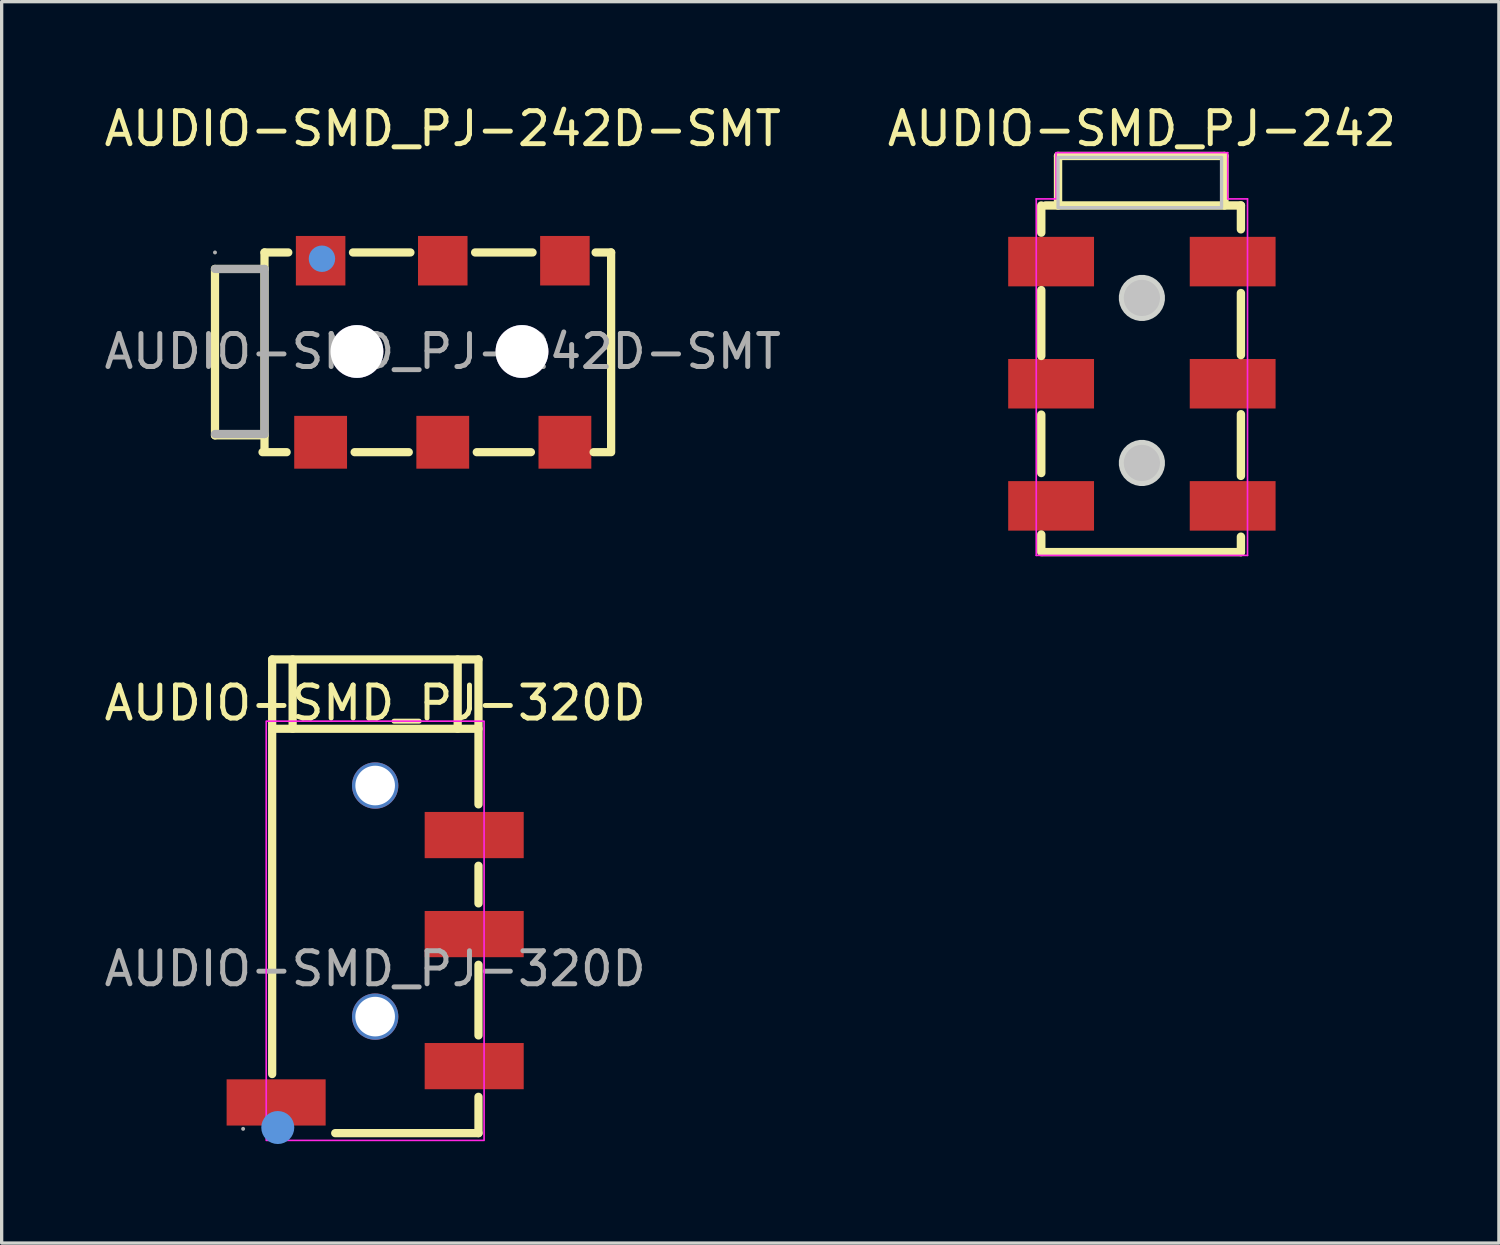
<source format=kicad_pcb>
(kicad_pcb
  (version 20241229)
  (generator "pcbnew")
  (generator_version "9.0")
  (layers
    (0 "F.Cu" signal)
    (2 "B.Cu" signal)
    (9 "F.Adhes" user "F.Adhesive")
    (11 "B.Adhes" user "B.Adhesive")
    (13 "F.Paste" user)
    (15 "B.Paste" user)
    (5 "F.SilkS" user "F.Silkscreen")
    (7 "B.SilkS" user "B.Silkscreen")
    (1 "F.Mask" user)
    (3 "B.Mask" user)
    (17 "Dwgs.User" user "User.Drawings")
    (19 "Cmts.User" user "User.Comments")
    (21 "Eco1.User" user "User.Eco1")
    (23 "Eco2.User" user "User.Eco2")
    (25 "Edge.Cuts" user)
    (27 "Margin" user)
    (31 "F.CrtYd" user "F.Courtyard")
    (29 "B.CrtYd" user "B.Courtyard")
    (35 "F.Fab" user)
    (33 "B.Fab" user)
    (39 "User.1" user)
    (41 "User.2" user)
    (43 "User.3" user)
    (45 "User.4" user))
  (footprint "AUDIO-SMD_PJ-242"
    (layer "F.Cu")
    (at 31.542 8.575)
    (property "Reference" "AUDIO-SMD_PJ-242" (at 0 -7.727 0) (layer "F.SilkS") (effects (font (size 1 1) (thickness 0.15))))
    (fp_line (start -3.048 -5.4) (end -3.048 -4.577) (stroke (width 0.254) (type default)) (layer "F.SilkS"))
    (fp_line (start -3.048 -2.837) (end -3.048 -0.842) (stroke (width 0.254) (type default)) (layer "F.SilkS"))
    (fp_line (start -3.048 0.936) (end -3.048 2.704) (stroke (width 0.254) (type default)) (layer "F.SilkS"))
    (fp_line (start -3.048 4.567) (end -3.048 5.1) (stroke (width 0.254) (type default)) (layer "F.SilkS"))
    (fp_line (start -2.54 -6.9) (end -2.54 -5.4) (stroke (width 0.254) (type default)) (layer "F.SilkS"))
    (fp_line (start 2.5 -6.9) (end -2.54 -6.9) (stroke (width 0.254) (type default)) (layer "F.SilkS"))
    (fp_line (start 2.5 -5.4) (end 2.5 -6.9) (stroke (width 0.254) (type default)) (layer "F.SilkS"))
    (fp_line (start 3 -5.4) (end -2.921 -5.4) (stroke (width 0.254) (type default)) (layer "F.SilkS"))
    (fp_line (start 3 -4.678) (end 3 -5.4) (stroke (width 0.254) (type default)) (layer "F.SilkS"))
    (fp_line (start 3 -0.868) (end 3 -2.747) (stroke (width 0.254) (type default)) (layer "F.SilkS"))
    (fp_line (start 3 2.791) (end 3 0.923) (stroke (width 0.254) (type default)) (layer "F.SilkS"))
    (fp_line (start 3 5.1) (end -3 5.1) (stroke (width 0.254) (type default)) (layer "F.SilkS"))
    (fp_line (start 3 5.1) (end 3 4.633) (stroke (width 0.254) (type default)) (layer "F.SilkS"))
    (fp_circle (center 0 -2.6) (end 0.275 -2.6) (stroke (width 0.55) (type default)) (fill no) (layer "Dwgs.User"))
    (fp_circle (center 0 2.4) (end 0.275 2.4) (stroke (width 0.55) (type default)) (fill no) (layer "Dwgs.User"))
    (fp_poly (pts (xy -2.54 -6.858) (xy 2.413 -6.858) (xy 2.413 -5.334) (xy -2.54 -5.334) (xy -2.54 -5.588)) (stroke (width 0.1) (type default)) (fill no) (layer "Dwgs.User"))
    (fp_poly (pts (xy 0.697 -2.669) (xy 0.67 -2.803) (xy 0.617 -2.93) (xy 0.541 -3.044) (xy 0.444 -3.141) (xy 0.33 -3.217) (xy 0.203 -3.27) (xy 0.069 -3.297) (xy -0.069 -3.297) (xy -0.203 -3.27) (xy -0.33 -3.217) (xy -0.444 -3.141) (xy -0.541 -3.044) (xy -0.617 -2.93) (xy -0.67 -2.803) (xy -0.697 -2.669) (xy -0.697 -2.531) (xy -0.67 -2.397) (xy -0.617 -2.27) (xy -0.541 -2.156) (xy -0.444 -2.059) (xy -0.33 -1.983) (xy -0.203 -1.93) (xy -0.069 -1.903) (xy 0.069 -1.903) (xy 0.203 -1.93) (xy 0.33 -1.983) (xy 0.444 -2.059) (xy 0.541 -2.156) (xy 0.617 -2.27) (xy 0.67 -2.397) (xy 0.697 -2.531)) (stroke (width 0) (type default)) (fill yes) (layer "Edge.Cuts"))
    (fp_poly (pts (xy 0.697 2.331) (xy 0.67 2.197) (xy 0.617 2.07) (xy 0.541 1.956) (xy 0.444 1.859) (xy 0.33 1.783) (xy 0.203 1.73) (xy 0.069 1.703) (xy -0.069 1.703) (xy -0.203 1.73) (xy -0.33 1.783) (xy -0.444 1.859) (xy -0.541 1.956) (xy -0.617 2.07) (xy -0.67 2.197) (xy -0.697 2.331) (xy -0.697 2.469) (xy -0.67 2.603) (xy -0.617 2.73) (xy -0.541 2.844) (xy -0.444 2.941) (xy -0.33 3.017) (xy -0.203 3.07) (xy -0.069 3.097) (xy 0.069 3.097) (xy 0.203 3.07) (xy 0.33 3.017) (xy 0.444 2.941) (xy 0.541 2.844) (xy 0.617 2.73) (xy 0.67 2.603) (xy 0.697 2.469)) (stroke (width 0) (type default)) (fill yes) (layer "Edge.Cuts"))
    (fp_line (start -3.2 -5.6) (end -2.6 -5.6) (stroke (width 0.05) (type default)) (layer "F.CrtYd"))
    (fp_line (start -3.2 5.2) (end -3.2 -5.6) (stroke (width 0.05) (type default)) (layer "F.CrtYd"))
    (fp_line (start -2.6 -7) (end 2.6 -7) (stroke (width 0.05) (type default)) (layer "F.CrtYd"))
    (fp_line (start -2.6 -5.6) (end -2.6 -7) (stroke (width 0.05) (type default)) (layer "F.CrtYd"))
    (fp_line (start 2.6 -7) (end 2.6 -5.6) (stroke (width 0.05) (type default)) (layer "F.CrtYd"))
    (fp_line (start 3.2 -5.6) (end 2.6 -5.6) (stroke (width 0.05) (type default)) (layer "F.CrtYd"))
    (fp_line (start 3.2 -5.6) (end 3.2 5.2) (stroke (width 0.05) (type default)) (layer "F.CrtYd"))
    (fp_line (start 3.2 5.2) (end -3.2 5.2) (stroke (width 0.05) (type default)) (layer "F.CrtYd"))
    (fp_poly (pts (xy -1.45 -4.2) (xy -1.45 -3.2) (xy -3.25 -3.2) (xy -3.25 -4.2)) (stroke (width 0.1) (type default)) (fill no) (layer "User.1"))
    (fp_poly (pts (xy -1.45 -0.5) (xy -1.45 0.5) (xy -3.25 0.5) (xy -3.25 -0.5)) (stroke (width 0.1) (type default)) (fill no) (layer "User.1"))
    (fp_poly (pts (xy -1.45 3.2) (xy -1.45 4.2) (xy -3.25 4.2) (xy -3.25 3.2)) (stroke (width 0.1) (type default)) (fill no) (layer "User.1"))
    (fp_poly (pts (xy 3.25 -4.2) (xy 3.25 -3.2) (xy 1.45 -3.2) (xy 1.45 -4.2)) (stroke (width 0.1) (type default)) (fill no) (layer "User.1"))
    (fp_poly (pts (xy 3.25 -0.5) (xy 3.25 0.5) (xy 1.45 0.5) (xy 1.45 -0.5)) (stroke (width 0.1) (type default)) (fill no) (layer "User.1"))
    (fp_poly (pts (xy 3.25 3.2) (xy 3.25 4.2) (xy 1.45 4.2) (xy 1.45 3.2)) (stroke (width 0.1) (type default)) (fill no) (layer "User.1"))
    (fp_line (start -2.5 -6.891) (end 2.5 -6.891) (stroke (width 0.051) (type default)) (layer "User.2"))
    (fp_line (start -2.5 5.109) (end -2.5 -6.891) (stroke (width 0.051) (type default)) (layer "User.2"))
    (fp_line (start 2.5 -6.891) (end 2.5 5.109) (stroke (width 0.051) (type default)) (layer "User.2"))
    (fp_line (start 2.5 5.109) (end -2.5 5.109) (stroke (width 0.051) (type default)) (layer "User.2"))
    (fp_poly (pts (xy 3.305 -6.914) (xy 3.273 -6.947) (xy 3.227 -6.947) (xy 3.195 -6.914) (xy 3.195 -6.869) (xy 3.227 -6.836) (xy 3.273 -6.836) (xy 3.305 -6.869)) (stroke (width 0.1) (type default)) (fill no) (layer "User.3"))
    (pad "R1" smd rect (at -2.75 -3.7) (size 2.6 1.5) (layers "F.Cu" "F.Mask" "F.Paste"))
    (pad "R2" smd rect (at 2.75 0) (size 2.6 1.5) (layers "F.Cu" "F.Mask" "F.Paste"))
    (pad "R2" smd rect (at 2.75 3.7) (size 2.6 1.5) (layers "F.Cu" "F.Mask" "F.Paste"))
    (pad "S" smd rect (at 2.75 -3.7) (size 2.6 1.5) (layers "F.Cu" "F.Mask" "F.Paste"))
    (pad "T" smd rect (at -2.75 0) (size 2.6 1.5) (layers "F.Cu" "F.Mask" "F.Paste"))
    (pad "T" smd rect (at -2.75 3.7) (size 2.6 1.5) (layers "F.Cu" "F.Mask" "F.Paste")))
  (footprint "AUDIO-SMD_PJ-320D"
    (layer "F.Cu")
    (at 8.315 26.297)
    (property "Reference" "AUDIO-SMD_PJ-320D" (at 0 -8.05 0) (layer "F.SilkS") (effects (font (size 1 1) (thickness 0.15))))
    (attr smd)
    (fp_line (start -3.12 -9.37) (end -3.12 3.19) (stroke (width 0.25) (type solid)) (layer "F.SilkS"))
    (fp_line (start -3.12 -9.37) (end 3.13 -9.37) (stroke (width 0.25) (type solid)) (layer "F.SilkS"))
    (fp_line (start -2.5 -9.37) (end -2.5 -7.27) (stroke (width 0.25) (type solid)) (layer "F.SilkS"))
    (fp_line (start 2.5 -7.27) (end 2.5 -9.37) (stroke (width 0.25) (type solid)) (layer "F.SilkS"))
    (fp_line (start 3.13 -9.37) (end 3.13 -4.98) (stroke (width 0.25) (type solid)) (layer "F.SilkS"))
    (fp_line (start 3.13 -7.27) (end -3.12 -7.27) (stroke (width 0.25) (type solid)) (layer "F.SilkS"))
    (fp_line (start 3.13 -3.12) (end 3.13 -1.98) (stroke (width 0.25) (type solid)) (layer "F.SilkS"))
    (fp_line (start 3.13 -0.12) (end 3.13 2.02) (stroke (width 0.25) (type solid)) (layer "F.SilkS"))
    (fp_line (start 3.13 3.88) (end 3.13 4.98) (stroke (width 0.25) (type solid)) (layer "F.SilkS"))
    (fp_line (start 3.13 4.98) (end -1.21 4.98) (stroke (width 0.25) (type solid)) (layer "F.SilkS"))
    (fp_circle (center -2.95 4.81) (end -2.7 4.81) (stroke (width 0.5) (type solid)) (fill no) (layer "Cmts.User"))
    (fp_circle (center 0 -5.55) (end 0.2 -5.55) (stroke (width 0.4) (type solid)) (fill no) (layer "Cmts.User"))
    (fp_circle (center 0 1.45) (end 0.2 1.45) (stroke (width 0.4) (type solid)) (fill no) (layer "Cmts.User"))
    (fp_rect (start -3.3 -7.5) (end 3.3 5.2) (stroke (width 0.05) (type default)) (fill no) (layer "F.CrtYd"))
    (fp_circle (center -4 4.85) (end -3.97 4.85) (stroke (width 0.06) (type solid)) (fill no) (layer "F.Fab"))
    (fp_text user "${REFERENCE}" (at 0 0 0) (layer "F.Fab") (effects (font (size 1 1) (thickness 0.15))))
    (pad "" np_thru_hole circle (at 0 -5.55) (size 1.404 1.404) (drill 1.2) (layers "*.Cu" "*.Mask"))
    (pad "" np_thru_hole circle (at 0 1.45) (size 1.404 1.404) (drill 1.2) (layers "*.Cu" "*.Mask"))
    (pad "R1" smd rect (at 3 -1.05) (size 3 1.4) (layers "F.Cu" "F.Mask" "F.Paste"))
    (pad "R2" smd rect (at 3 -4.05) (size 3 1.4) (layers "F.Cu" "F.Mask" "F.Paste"))
    (pad "S" smd rect (at -3 4.05) (size 3 1.4) (layers "F.Cu" "F.Mask" "F.Paste"))
    (pad "T" smd rect (at 3 2.95) (size 3 1.4) (layers "F.Cu" "F.Mask" "F.Paste")))
  (footprint "AUDIO-SMD_PJ-242D-SMT"
    (layer "F.Cu")
    (at 10.363 7.598)
    (property "Reference" "AUDIO-SMD_PJ-242D-SMT" (at 0 -6.75 0) (layer "F.SilkS") (effects (font (size 1 1) (thickness 0.15))))
    (attr smd)
    (fp_line (start -6.9 -2.5) (end -6.9 2.54) (stroke (width 0.25) (type solid)) (layer "F.SilkS"))
    (fp_line (start -6.9 2.54) (end -5.4 2.54) (stroke (width 0.25) (type solid)) (layer "F.SilkS"))
    (fp_line (start -5.4 -3) (end -5.4 2.92) (stroke (width 0.25) (type solid)) (layer "F.SilkS"))
    (fp_line (start -5.4 -3) (end -4.68 -3) (stroke (width 0.25) (type solid)) (layer "F.SilkS"))
    (fp_line (start -5.4 -2.5) (end -6.9 -2.5) (stroke (width 0.25) (type solid)) (layer "F.SilkS"))
    (fp_line (start -4.73 3.05) (end -5.46 3.05) (stroke (width 0.25) (type solid)) (layer "F.SilkS"))
    (fp_line (start -2.72 -3) (end -0.98 -3) (stroke (width 0.25) (type solid)) (layer "F.SilkS"))
    (fp_line (start -1.03 3.05) (end -2.67 3.05) (stroke (width 0.25) (type solid)) (layer "F.SilkS"))
    (fp_line (start 0.98 -3) (end 2.72 -3) (stroke (width 0.25) (type solid)) (layer "F.SilkS"))
    (fp_line (start 2.67 3.05) (end 1.03 3.05) (stroke (width 0.25) (type solid)) (layer "F.SilkS"))
    (fp_line (start 4.57 3.05) (end 5.1 3.05) (stroke (width 0.25) (type solid)) (layer "F.SilkS"))
    (fp_line (start 5.1 -3) (end 4.63 -3) (stroke (width 0.25) (type solid)) (layer "F.SilkS"))
    (fp_line (start 5.1 -3) (end 5.1 3) (stroke (width 0.25) (type solid)) (layer "F.SilkS"))
    (fp_circle (center -3.66 -2.81) (end -3.46 -2.81) (stroke (width 0.4) (type solid)) (fill no) (layer "Cmts.User"))
    (fp_circle (center -2.6 0) (end -2.25 0) (stroke (width 0.7) (type solid)) (fill no) (layer "Cmts.User"))
    (fp_circle (center 2.4 0) (end 2.75 0) (stroke (width 0.7) (type solid)) (fill no) (layer "Cmts.User"))
    (fp_line (start -5.4 -2.5) (end -6.9 -2.5) (stroke (width 0.25) (type solid)) (layer "F.Fab"))
    (fp_line (start -5.4 -2.5) (end -5.4 2.5) (stroke (width 0.25) (type solid)) (layer "F.Fab"))
    (fp_line (start -5.4 2.5) (end -6.9 2.5) (stroke (width 0.25) (type solid)) (layer "F.Fab"))
    (fp_circle (center -6.9 -3) (end -6.87 -3) (stroke (width 0.06) (type solid)) (fill no) (layer "F.Fab"))
    (fp_text user "${REFERENCE}" (at 0 0 0) (layer "F.Fab") (effects (font (size 1 1) (thickness 0.15))))
    (pad "" thru_hole circle (at -2.6 0) (size 1.6 1.6) (drill 1.6) (layers "*.Cu" "*.Mask"))
    (pad "" thru_hole circle (at 2.4 0) (size 1.6 1.6) (drill 1.6) (layers "*.Cu" "*.Mask"))
    (pad "2" smd rect (at -3.7 -2.75 180) (size 1.5 1.5) (layers "F.Cu" "F.Mask" "F.Paste"))
    (pad "3" smd rect (at -3.7 2.75 180) (size 1.6 1.6) (layers "F.Cu" "F.Mask" "F.Paste"))
    (pad "4" smd rect (at 0 -2.75 180) (size 1.5 1.5) (layers "F.Cu" "F.Mask" "F.Paste"))
    (pad "5" smd rect (at 3.7 -2.75 180) (size 1.5 1.5) (layers "F.Cu" "F.Mask" "F.Paste"))
    (pad "6" smd rect (at 0 2.75 180) (size 1.6 1.6) (layers "F.Cu" "F.Mask" "F.Paste"))
    (pad "7" smd rect (at 3.7 2.75 180) (size 1.6 1.6) (layers "F.Cu" "F.Mask" "F.Paste")))
  (gr_rect
    (start -3 -3)
    (end 42.357 34.607)
    (stroke (width 0.1) (type default))
    (fill no)
    (layer "Edge.Cuts")))
</source>
